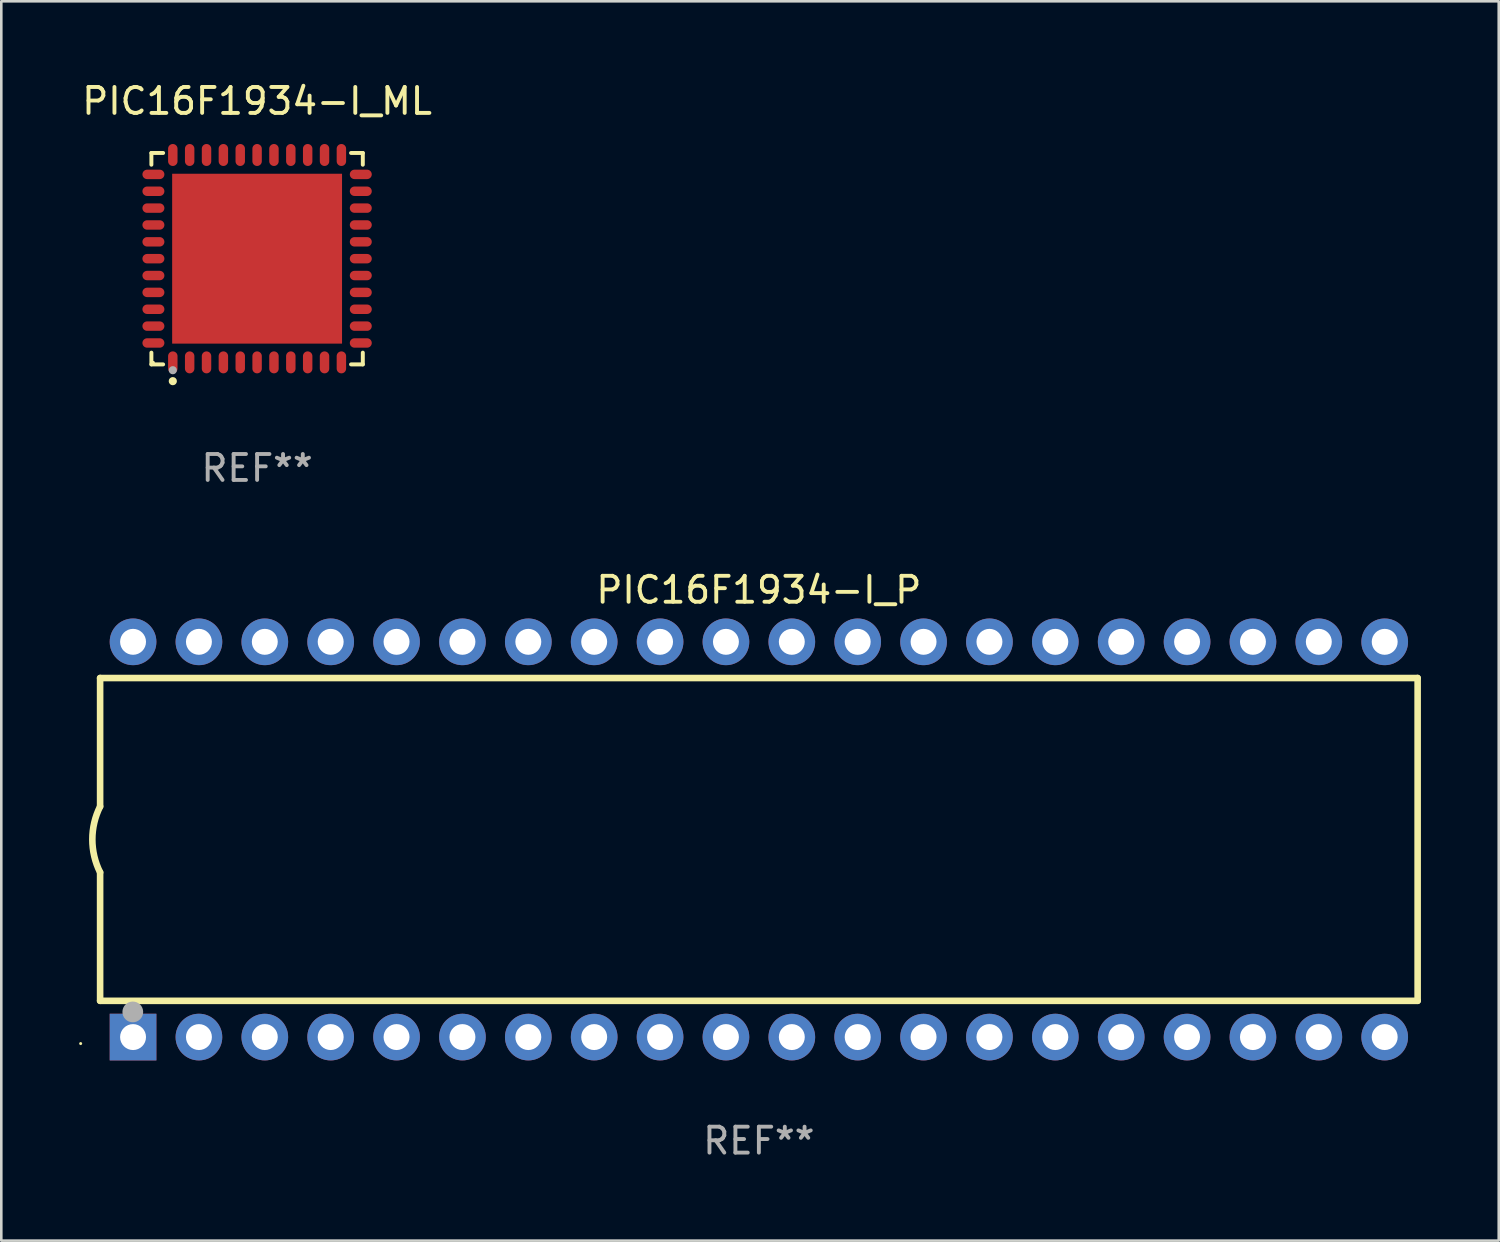
<source format=kicad_pcb>
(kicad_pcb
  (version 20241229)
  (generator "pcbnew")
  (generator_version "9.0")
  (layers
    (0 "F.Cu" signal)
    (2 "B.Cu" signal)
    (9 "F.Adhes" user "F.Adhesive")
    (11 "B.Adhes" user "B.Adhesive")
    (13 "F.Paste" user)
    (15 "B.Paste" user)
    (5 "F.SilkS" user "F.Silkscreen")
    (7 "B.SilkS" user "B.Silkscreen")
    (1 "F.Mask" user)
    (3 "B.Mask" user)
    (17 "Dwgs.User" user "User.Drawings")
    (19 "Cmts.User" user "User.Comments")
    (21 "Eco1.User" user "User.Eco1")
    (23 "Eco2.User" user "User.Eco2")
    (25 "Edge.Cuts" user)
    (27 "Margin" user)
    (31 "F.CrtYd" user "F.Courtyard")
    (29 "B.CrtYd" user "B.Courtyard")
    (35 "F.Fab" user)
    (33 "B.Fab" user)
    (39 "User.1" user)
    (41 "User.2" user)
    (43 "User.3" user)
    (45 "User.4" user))
  (footprint "PIC16F1934-I_P"
    (layer "F.Cu")
    (at 26.21 29.317)
    (property "Reference" "PIC16F1934-I_P" (at 0 -9.62 0) (layer "F.SilkS") (effects (font (size 1 1) (thickness 0.15))))
    (attr through_hole)
    (fp_line (start -25.4 -6.224) (end -25.4 -1.271) (stroke (width 0.254) (type solid)) (layer "F.SilkS"))
    (fp_line (start -25.4 -6.224) (end 25.4 -6.224) (stroke (width 0.254) (type solid)) (layer "F.SilkS"))
    (fp_line (start -25.4 1.269) (end -25.4 6.222) (stroke (width 0.254) (type solid)) (layer "F.SilkS"))
    (fp_line (start -25.4 6.222) (end 25.4 6.222) (stroke (width 0.254) (type solid)) (layer "F.SilkS"))
    (fp_line (start 25.4 6.222) (end 25.4 -6.224) (stroke (width 0.254) (type solid)) (layer "F.SilkS"))
    (fp_arc (start -25.4 1.269241) (mid -25.699807 -0.000762) (end -25.4 -1.270765) (stroke (width 0.254001) (type solid)) (layer "F.SilkS"))
    (fp_circle (center -26.15 7.87) (end -26.12 7.87) (stroke (width 0.06) (type solid)) (fill no) (layer "F.SilkS"))
    (fp_circle (center -24.14 6.65) (end -23.94 6.65) (stroke (width 0.4) (type solid)) (fill no) (layer "F.Fab"))
    (fp_text user "REF**" (at 0 11.62 0) (layer "F.Fab") (effects (font (size 1 1) (thickness 0.15))))
    (pad "1" thru_hole rect (at -24.13 7.62 90) (size 1.8 1.8) (drill 1) (layers "*.Cu" "*.Mask"))
    (pad "2" thru_hole circle (at -21.59 7.62) (size 1.8 1.8) (drill 1) (layers "*.Cu" "*.Mask"))
    (pad "3" thru_hole circle (at -19.05 7.62) (size 1.8 1.8) (drill 1) (layers "*.Cu" "*.Mask"))
    (pad "4" thru_hole circle (at -16.51 7.62) (size 1.8 1.8) (drill 1) (layers "*.Cu" "*.Mask"))
    (pad "5" thru_hole circle (at -13.97 7.62) (size 1.8 1.8) (drill 1) (layers "*.Cu" "*.Mask"))
    (pad "6" thru_hole circle (at -11.43 7.62) (size 1.8 1.8) (drill 1) (layers "*.Cu" "*.Mask"))
    (pad "7" thru_hole circle (at -8.89 7.62) (size 1.8 1.8) (drill 1) (layers "*.Cu" "*.Mask"))
    (pad "8" thru_hole circle (at -6.35 7.62) (size 1.8 1.8) (drill 1) (layers "*.Cu" "*.Mask"))
    (pad "9" thru_hole circle (at -3.81 7.62) (size 1.8 1.8) (drill 1) (layers "*.Cu" "*.Mask"))
    (pad "10" thru_hole circle (at -1.27 7.62) (size 1.8 1.8) (drill 1) (layers "*.Cu" "*.Mask"))
    (pad "11" thru_hole circle (at 1.27 7.62) (size 1.8 1.8) (drill 1) (layers "*.Cu" "*.Mask"))
    (pad "12" thru_hole circle (at 3.81 7.62) (size 1.8 1.8) (drill 1) (layers "*.Cu" "*.Mask"))
    (pad "13" thru_hole circle (at 6.35 7.62) (size 1.8 1.8) (drill 1) (layers "*.Cu" "*.Mask"))
    (pad "14" thru_hole circle (at 8.89 7.62) (size 1.8 1.8) (drill 1) (layers "*.Cu" "*.Mask"))
    (pad "15" thru_hole circle (at 11.43 7.62) (size 1.8 1.8) (drill 1) (layers "*.Cu" "*.Mask"))
    (pad "16" thru_hole circle (at 13.97 7.62) (size 1.8 1.8) (drill 1) (layers "*.Cu" "*.Mask"))
    (pad "17" thru_hole circle (at 16.51 7.62) (size 1.8 1.8) (drill 1) (layers "*.Cu" "*.Mask"))
    (pad "18" thru_hole circle (at 19.05 7.62) (size 1.8 1.8) (drill 1) (layers "*.Cu" "*.Mask"))
    (pad "19" thru_hole circle (at 21.59 7.62) (size 1.8 1.8) (drill 1) (layers "*.Cu" "*.Mask"))
    (pad "20" thru_hole circle (at 24.13 7.62) (size 1.8 1.8) (drill 1) (layers "*.Cu" "*.Mask"))
    (pad "21" thru_hole circle (at 24.13 -7.62) (size 1.8 1.8) (drill 1) (layers "*.Cu" "*.Mask"))
    (pad "22" thru_hole circle (at 21.59 -7.62) (size 1.8 1.8) (drill 1) (layers "*.Cu" "*.Mask"))
    (pad "23" thru_hole circle (at 19.05 -7.62) (size 1.8 1.8) (drill 1) (layers "*.Cu" "*.Mask"))
    (pad "24" thru_hole circle (at 16.51 -7.62) (size 1.8 1.8) (drill 1) (layers "*.Cu" "*.Mask"))
    (pad "25" thru_hole circle (at 13.97 -7.62) (size 1.8 1.8) (drill 1) (layers "*.Cu" "*.Mask"))
    (pad "26" thru_hole circle (at 11.43 -7.62) (size 1.8 1.8) (drill 1) (layers "*.Cu" "*.Mask"))
    (pad "27" thru_hole circle (at 8.89 -7.62) (size 1.8 1.8) (drill 1) (layers "*.Cu" "*.Mask"))
    (pad "28" thru_hole circle (at 6.35 -7.62) (size 1.8 1.8) (drill 1) (layers "*.Cu" "*.Mask"))
    (pad "29" thru_hole circle (at 3.81 -7.62) (size 1.8 1.8) (drill 1) (layers "*.Cu" "*.Mask"))
    (pad "30" thru_hole circle (at 1.27 -7.62) (size 1.8 1.8) (drill 1) (layers "*.Cu" "*.Mask"))
    (pad "31" thru_hole circle (at -1.27 -7.62) (size 1.8 1.8) (drill 1) (layers "*.Cu" "*.Mask"))
    (pad "32" thru_hole circle (at -3.81 -7.62) (size 1.8 1.8) (drill 1) (layers "*.Cu" "*.Mask"))
    (pad "33" thru_hole circle (at -6.35 -7.62) (size 1.8 1.8) (drill 1) (layers "*.Cu" "*.Mask"))
    (pad "34" thru_hole circle (at -8.89 -7.62) (size 1.8 1.8) (drill 1) (layers "*.Cu" "*.Mask"))
    (pad "35" thru_hole circle (at -11.43 -7.62) (size 1.8 1.8) (drill 1) (layers "*.Cu" "*.Mask"))
    (pad "36" thru_hole circle (at -13.97 -7.62) (size 1.8 1.8) (drill 1) (layers "*.Cu" "*.Mask"))
    (pad "37" thru_hole circle (at -16.51 -7.62) (size 1.8 1.8) (drill 1) (layers "*.Cu" "*.Mask"))
    (pad "38" thru_hole circle (at -19.05 -7.62) (size 1.8 1.8) (drill 1) (layers "*.Cu" "*.Mask"))
    (pad "39" thru_hole circle (at -21.59 -7.62) (size 1.8 1.8) (drill 1) (layers "*.Cu" "*.Mask"))
    (pad "40" thru_hole circle (at -24.13 -7.62) (size 1.8 1.8) (drill 1) (layers "*.Cu" "*.Mask")))
  (footprint "PIC16F1934-I_ML"
    (layer "F.Cu")
    (at 6.863 6.924)
    (property "Reference" "PIC16F1934-I_ML" (at 0 -6.076 0) (layer "F.SilkS") (effects (font (size 1 1) (thickness 0.15))))
    (attr through_hole)
    (fp_line (start -4.076 -4.076) (end -3.623 -4.076) (stroke (width 0.152) (type solid)) (layer "F.SilkS"))
    (fp_line (start -4.076 -3.623) (end -4.076 -4.076) (stroke (width 0.152) (type solid)) (layer "F.SilkS"))
    (fp_line (start -4.076 3.623) (end -4.076 4.076) (stroke (width 0.152) (type solid)) (layer "F.SilkS"))
    (fp_line (start -4.076 4.076) (end -3.623 4.076) (stroke (width 0.152) (type solid)) (layer "F.SilkS"))
    (fp_line (start 4.076 -4.076) (end 3.623 -4.076) (stroke (width 0.152) (type solid)) (layer "F.SilkS"))
    (fp_line (start 4.076 -3.623) (end 4.076 -4.076) (stroke (width 0.152) (type solid)) (layer "F.SilkS"))
    (fp_line (start 4.076 3.623) (end 4.076 4.076) (stroke (width 0.152) (type solid)) (layer "F.SilkS"))
    (fp_line (start 4.076 4.076) (end 3.623 4.076) (stroke (width 0.152) (type solid)) (layer "F.SilkS"))
    (fp_circle (center -4 4) (end -3.97 4) (stroke (width 0.06) (type solid)) (fill no) (layer "F.SilkS"))
    (fp_circle (center -3.25 4.722) (end -3.171 4.722) (stroke (width 0.158) (type solid)) (fill no) (layer "F.SilkS"))
    (fp_circle (center -3.25 4.3) (end -3.171 4.3) (stroke (width 0.158) (type solid)) (fill no) (layer "F.Fab"))
    (fp_text user "REF**" (at 0 8.076 0) (layer "F.Fab") (effects (font (size 1 1) (thickness 0.15))))
    (pad "1" smd oval (at -3.25 3.998) (size 0.364 0.847) (layers "F.Cu" "F.Mask" "F.Paste"))
    (pad "2" smd oval (at -2.6 3.998) (size 0.364 0.847) (layers "F.Cu" "F.Mask" "F.Paste"))
    (pad "3" smd oval (at -1.95 3.998) (size 0.364 0.847) (layers "F.Cu" "F.Mask" "F.Paste"))
    (pad "4" smd oval (at -1.3 3.998) (size 0.364 0.847) (layers "F.Cu" "F.Mask" "F.Paste"))
    (pad "5" smd oval (at -0.65 3.998) (size 0.364 0.847) (layers "F.Cu" "F.Mask" "F.Paste"))
    (pad "6" smd oval (at 0 3.998) (size 0.364 0.847) (layers "F.Cu" "F.Mask" "F.Paste"))
    (pad "7" smd oval (at 0.65 3.998) (size 0.364 0.847) (layers "F.Cu" "F.Mask" "F.Paste"))
    (pad "8" smd oval (at 1.3 3.998) (size 0.364 0.847) (layers "F.Cu" "F.Mask" "F.Paste"))
    (pad "9" smd oval (at 1.95 3.998) (size 0.364 0.847) (layers "F.Cu" "F.Mask" "F.Paste"))
    (pad "10" smd oval (at 2.6 3.998) (size 0.364 0.847) (layers "F.Cu" "F.Mask" "F.Paste"))
    (pad "11" smd oval (at 3.25 3.998) (size 0.364 0.847) (layers "F.Cu" "F.Mask" "F.Paste"))
    (pad "12" smd oval (at 3.998 3.25) (size 0.847 0.364) (layers "F.Cu" "F.Mask" "F.Paste"))
    (pad "13" smd oval (at 3.998 2.6) (size 0.847 0.364) (layers "F.Cu" "F.Mask" "F.Paste"))
    (pad "14" smd oval (at 3.998 1.95) (size 0.847 0.364) (layers "F.Cu" "F.Mask" "F.Paste"))
    (pad "15" smd oval (at 3.998 1.3) (size 0.847 0.364) (layers "F.Cu" "F.Mask" "F.Paste"))
    (pad "16" smd oval (at 3.998 0.65) (size 0.847 0.364) (layers "F.Cu" "F.Mask" "F.Paste"))
    (pad "17" smd oval (at 3.998 0) (size 0.847 0.364) (layers "F.Cu" "F.Mask" "F.Paste"))
    (pad "18" smd oval (at 3.998 -0.65) (size 0.847 0.364) (layers "F.Cu" "F.Mask" "F.Paste"))
    (pad "19" smd oval (at 3.998 -1.3) (size 0.847 0.364) (layers "F.Cu" "F.Mask" "F.Paste"))
    (pad "20" smd oval (at 3.998 -1.95) (size 0.847 0.364) (layers "F.Cu" "F.Mask" "F.Paste"))
    (pad "21" smd oval (at 3.998 -2.6) (size 0.847 0.364) (layers "F.Cu" "F.Mask" "F.Paste"))
    (pad "22" smd oval (at 3.998 -3.25) (size 0.847 0.364) (layers "F.Cu" "F.Mask" "F.Paste"))
    (pad "23" smd oval (at 3.25 -3.998) (size 0.364 0.847) (layers "F.Cu" "F.Mask" "F.Paste"))
    (pad "24" smd oval (at 2.6 -3.998) (size 0.364 0.847) (layers "F.Cu" "F.Mask" "F.Paste"))
    (pad "25" smd oval (at 1.95 -3.998) (size 0.364 0.847) (layers "F.Cu" "F.Mask" "F.Paste"))
    (pad "26" smd oval (at 1.3 -3.998) (size 0.364 0.847) (layers "F.Cu" "F.Mask" "F.Paste"))
    (pad "27" smd oval (at 0.65 -3.998) (size 0.364 0.847) (layers "F.Cu" "F.Mask" "F.Paste"))
    (pad "28" smd oval (at 0 -3.998) (size 0.364 0.847) (layers "F.Cu" "F.Mask" "F.Paste"))
    (pad "29" smd oval (at -0.65 -3.998) (size 0.364 0.847) (layers "F.Cu" "F.Mask" "F.Paste"))
    (pad "30" smd oval (at -1.3 -3.998) (size 0.364 0.847) (layers "F.Cu" "F.Mask" "F.Paste"))
    (pad "31" smd oval (at -1.95 -3.998) (size 0.364 0.847) (layers "F.Cu" "F.Mask" "F.Paste"))
    (pad "32" smd oval (at -2.6 -3.998) (size 0.364 0.847) (layers "F.Cu" "F.Mask" "F.Paste"))
    (pad "33" smd oval (at -3.25 -3.998) (size 0.364 0.847) (layers "F.Cu" "F.Mask" "F.Paste"))
    (pad "34" smd oval (at -3.998 -3.25) (size 0.847 0.364) (layers "F.Cu" "F.Mask" "F.Paste"))
    (pad "35" smd oval (at -3.998 -2.6) (size 0.847 0.364) (layers "F.Cu" "F.Mask" "F.Paste"))
    (pad "36" smd oval (at -3.998 -1.95) (size 0.847 0.364) (layers "F.Cu" "F.Mask" "F.Paste"))
    (pad "37" smd oval (at -3.998 -1.3) (size 0.847 0.364) (layers "F.Cu" "F.Mask" "F.Paste"))
    (pad "38" smd oval (at -3.998 -0.65) (size 0.847 0.364) (layers "F.Cu" "F.Mask" "F.Paste"))
    (pad "39" smd oval (at -3.998 0) (size 0.847 0.364) (layers "F.Cu" "F.Mask" "F.Paste"))
    (pad "40" smd oval (at -3.998 0.65) (size 0.847 0.364) (layers "F.Cu" "F.Mask" "F.Paste"))
    (pad "41" smd oval (at -3.998 1.3) (size 0.847 0.364) (layers "F.Cu" "F.Mask" "F.Paste"))
    (pad "42" smd oval (at -3.998 1.95) (size 0.847 0.364) (layers "F.Cu" "F.Mask" "F.Paste"))
    (pad "43" smd oval (at -3.998 2.6) (size 0.847 0.364) (layers "F.Cu" "F.Mask" "F.Paste"))
    (pad "44" smd oval (at -3.998 3.25) (size 0.847 0.364) (layers "F.Cu" "F.Mask" "F.Paste"))
    (pad "45" smd rect (at 0 0) (size 6.55 6.55) (layers "F.Cu" "F.Mask" "F.Paste")))
  (gr_rect
    (start -3 -3)
    (end 54.737 44.785)
    (stroke (width 0.1) (type default))
    (fill no)
    (layer "Edge.Cuts")))
</source>
